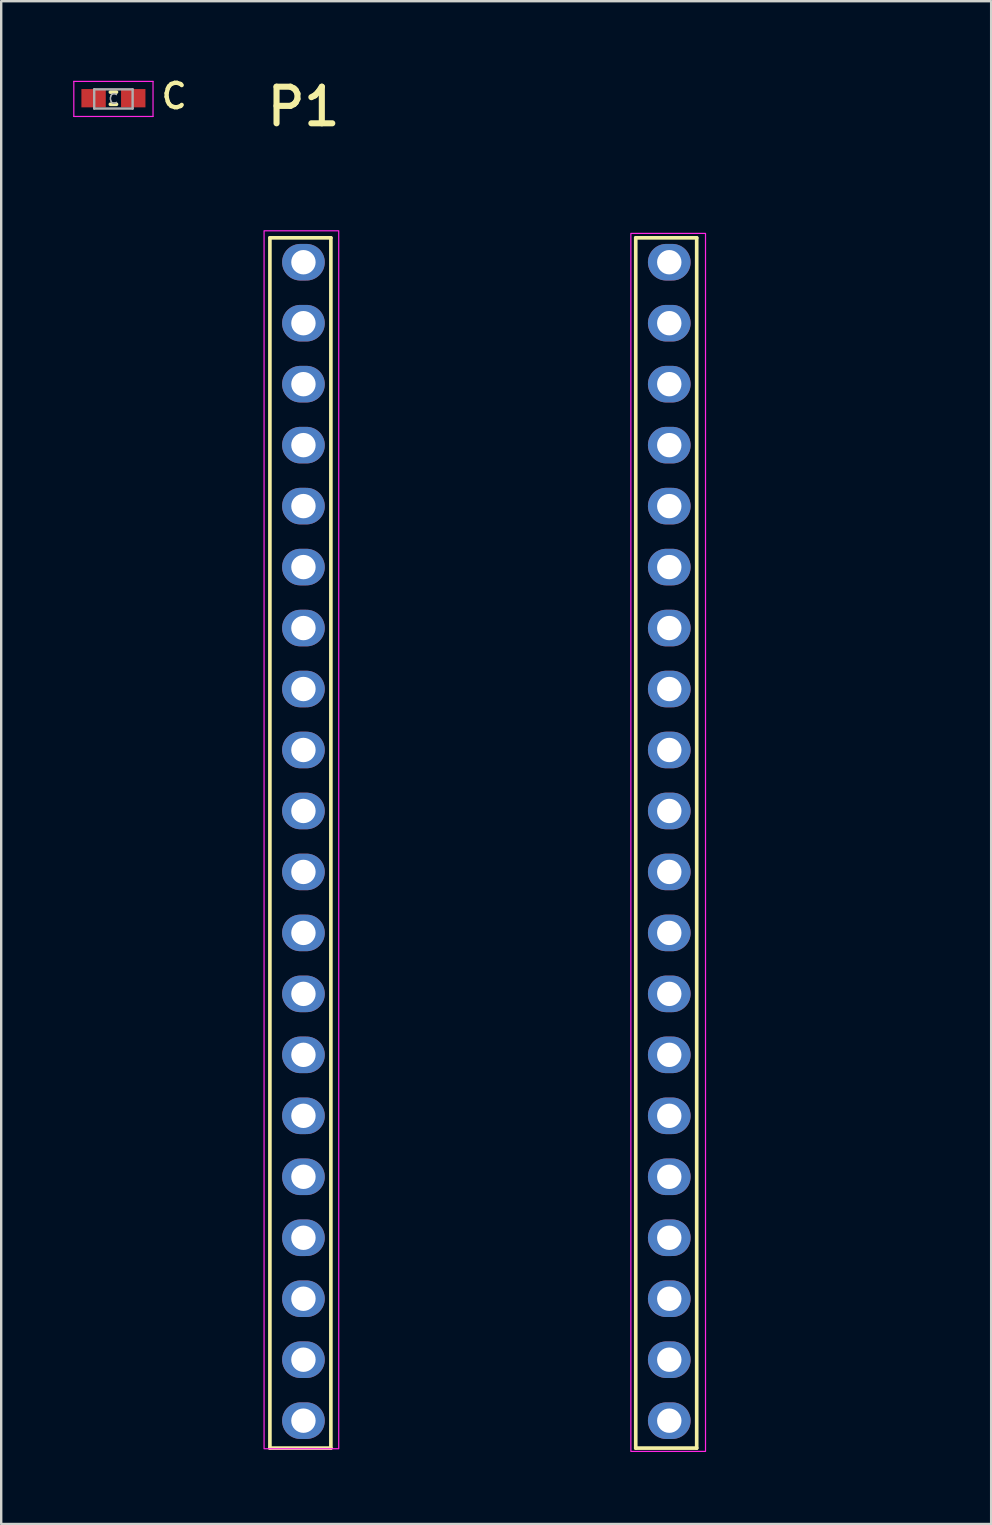
<source format=kicad_pcb>
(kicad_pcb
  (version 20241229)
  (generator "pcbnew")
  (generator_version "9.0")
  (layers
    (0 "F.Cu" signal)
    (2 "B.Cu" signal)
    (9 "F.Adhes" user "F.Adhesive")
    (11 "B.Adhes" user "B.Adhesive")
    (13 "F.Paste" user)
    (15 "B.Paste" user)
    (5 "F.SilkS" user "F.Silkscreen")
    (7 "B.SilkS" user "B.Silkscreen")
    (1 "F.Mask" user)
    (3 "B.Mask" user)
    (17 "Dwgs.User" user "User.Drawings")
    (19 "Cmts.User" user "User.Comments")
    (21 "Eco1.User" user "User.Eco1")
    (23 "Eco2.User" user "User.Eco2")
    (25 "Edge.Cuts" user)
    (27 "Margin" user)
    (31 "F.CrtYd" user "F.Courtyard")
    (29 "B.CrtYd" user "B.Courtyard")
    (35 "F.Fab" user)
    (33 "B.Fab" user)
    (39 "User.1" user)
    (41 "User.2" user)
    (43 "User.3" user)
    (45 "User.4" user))
  (footprint "P1"
    (layer "F.Cu")
    (at 34.991 2.794)
    (property "Reference" "P1" (at -27.051 -0.508 0) (unlocked yes) (layer "F.SilkS") (effects (font (size 1.524 1.524) (thickness 0.254)) (justify left bottom)))
    (fp_line (start -26.797 4.064) (end -24.257 4.064) (stroke (width 0.152) (type solid)) (layer "F.SilkS"))
    (fp_line (start -26.797 54.483) (end -26.797 4.064) (stroke (width 0.152) (type solid)) (layer "F.SilkS"))
    (fp_line (start -26.797 54.483) (end -24.257 54.483) (stroke (width 0.152) (type solid)) (layer "F.SilkS"))
    (fp_line (start -24.257 54.483) (end -24.257 4.064) (stroke (width 0.152) (type solid)) (layer "F.SilkS"))
    (fp_line (start -11.557 4.064) (end -9.017 4.064) (stroke (width 0.152) (type solid)) (layer "F.SilkS"))
    (fp_line (start -11.557 54.483) (end -11.557 4.064) (stroke (width 0.152) (type solid)) (layer "F.SilkS"))
    (fp_line (start -11.557 54.483) (end -9.017 54.483) (stroke (width 0.152) (type solid)) (layer "F.SilkS"))
    (fp_line (start -9.017 54.483) (end -9.017 4.064) (stroke (width 0.152) (type solid)) (layer "F.SilkS"))
    (fp_rect (start -27.04 3.77) (end -23.93 54.51) (stroke (width 0.05) (type solid)) (fill no) (layer "F.CrtYd"))
    (fp_rect (start -11.76 3.88) (end -8.65 54.62) (stroke (width 0.05) (type solid)) (fill no) (layer "F.CrtYd"))
    (pad "1" thru_hole oval (at -25.4 5.08) (size 1.778 1.524) (drill 1.016) (layers "*.Cu" "*.Mask"))
    (pad "2" thru_hole oval (at -25.4 7.62) (size 1.778 1.524) (drill 1.016) (layers "*.Cu" "*.Mask"))
    (pad "3" thru_hole oval (at -25.4 10.16) (size 1.778 1.524) (drill 1.016) (layers "*.Cu" "*.Mask"))
    (pad "4" thru_hole oval (at -25.4 12.7) (size 1.778 1.524) (drill 1.016) (layers "*.Cu" "*.Mask"))
    (pad "5" thru_hole oval (at -25.4 15.24) (size 1.778 1.524) (drill 1.016) (layers "*.Cu" "*.Mask"))
    (pad "6" thru_hole oval (at -25.4 17.78) (size 1.778 1.524) (drill 1.016) (layers "*.Cu" "*.Mask"))
    (pad "7" thru_hole oval (at -25.4 20.32) (size 1.778 1.524) (drill 1.016) (layers "*.Cu" "*.Mask"))
    (pad "8" thru_hole oval (at -25.4 22.86) (size 1.778 1.524) (drill 1.016) (layers "*.Cu" "*.Mask"))
    (pad "9" thru_hole oval (at -25.4 25.4) (size 1.778 1.524) (drill 1.016) (layers "*.Cu" "*.Mask"))
    (pad "10" thru_hole oval (at -25.4 27.94) (size 1.778 1.524) (drill 1.016) (layers "*.Cu" "*.Mask"))
    (pad "11" thru_hole oval (at -25.4 30.48) (size 1.778 1.524) (drill 1.016) (layers "*.Cu" "*.Mask"))
    (pad "12" thru_hole oval (at -25.4 33.02) (size 1.778 1.524) (drill 1.016) (layers "*.Cu" "*.Mask"))
    (pad "13" thru_hole oval (at -25.4 35.56) (size 1.778 1.524) (drill 1.016) (layers "*.Cu" "*.Mask"))
    (pad "14" thru_hole oval (at -25.4 38.1) (size 1.778 1.524) (drill 1.016) (layers "*.Cu" "*.Mask"))
    (pad "15" thru_hole oval (at -25.4 40.64) (size 1.778 1.524) (drill 1.016) (layers "*.Cu" "*.Mask"))
    (pad "16" thru_hole oval (at -25.4 43.18) (size 1.778 1.524) (drill 1.016) (layers "*.Cu" "*.Mask"))
    (pad "17" thru_hole oval (at -25.4 45.72) (size 1.778 1.524) (drill 1.016) (layers "*.Cu" "*.Mask"))
    (pad "18" thru_hole oval (at -25.4 48.26) (size 1.778 1.524) (drill 1.016) (layers "*.Cu" "*.Mask"))
    (pad "19" thru_hole oval (at -25.4 50.8) (size 1.778 1.524) (drill 1.016) (layers "*.Cu" "*.Mask"))
    (pad "20" thru_hole oval (at -25.4 53.34) (size 1.778 1.524) (drill 1.016) (layers "*.Cu" "*.Mask"))
    (pad "21" thru_hole oval (at -10.16 53.34) (size 1.778 1.524) (drill 1.016) (layers "*.Cu" "*.Mask"))
    (pad "22" thru_hole oval (at -10.16 50.8) (size 1.778 1.524) (drill 1.016) (layers "*.Cu" "*.Mask"))
    (pad "23" thru_hole oval (at -10.16 48.26) (size 1.778 1.524) (drill 1.016) (layers "*.Cu" "*.Mask"))
    (pad "24" thru_hole oval (at -10.16 45.72) (size 1.778 1.524) (drill 1.016) (layers "*.Cu" "*.Mask"))
    (pad "25" thru_hole oval (at -10.16 43.18) (size 1.778 1.524) (drill 1.016) (layers "*.Cu" "*.Mask"))
    (pad "26" thru_hole oval (at -10.16 40.64) (size 1.778 1.524) (drill 1.016) (layers "*.Cu" "*.Mask"))
    (pad "27" thru_hole oval (at -10.16 38.1) (size 1.778 1.524) (drill 1.016) (layers "*.Cu" "*.Mask"))
    (pad "28" thru_hole oval (at -10.16 35.56) (size 1.778 1.524) (drill 1.016) (layers "*.Cu" "*.Mask"))
    (pad "29" thru_hole oval (at -10.16 33.02) (size 1.778 1.524) (drill 1.016) (layers "*.Cu" "*.Mask"))
    (pad "30" thru_hole oval (at -10.16 30.48) (size 1.778 1.524) (drill 1.016) (layers "*.Cu" "*.Mask"))
    (pad "31" thru_hole oval (at -10.16 27.94) (size 1.778 1.524) (drill 1.016) (layers "*.Cu" "*.Mask"))
    (pad "32" thru_hole oval (at -10.16 25.4) (size 1.778 1.524) (drill 1.016) (layers "*.Cu" "*.Mask"))
    (pad "33" thru_hole oval (at -10.16 22.86) (size 1.778 1.524) (drill 1.016) (layers "*.Cu" "*.Mask"))
    (pad "34" thru_hole oval (at -10.16 20.32) (size 1.778 1.524) (drill 1.016) (layers "*.Cu" "*.Mask"))
    (pad "35" thru_hole oval (at -10.16 17.78) (size 1.778 1.524) (drill 1.016) (layers "*.Cu" "*.Mask"))
    (pad "36" thru_hole oval (at -10.16 15.24) (size 1.778 1.524) (drill 1.016) (layers "*.Cu" "*.Mask"))
    (pad "37" thru_hole oval (at -10.16 12.7) (size 1.778 1.524) (drill 1.016) (layers "*.Cu" "*.Mask"))
    (pad "38" thru_hole oval (at -10.16 10.16) (size 1.778 1.524) (drill 1.016) (layers "*.Cu" "*.Mask"))
    (pad "39" thru_hole oval (at -10.16 7.62) (size 1.778 1.524) (drill 1.016) (layers "*.Cu" "*.Mask"))
    (pad "40" thru_hole oval (at -10.16 5.08) (size 1.778 1.524) (drill 1.016) (layers "*.Cu" "*.Mask")))
  (footprint "C"
    (layer "F.Cu")
    (at 1.675 1.041)
    (property "Reference" "C" (at 1.905 0.508 0) (unlocked yes) (layer "F.SilkS") (effects (font (size 1.016 1.016) (thickness 0.178)) (justify left bottom)))
    (attr through_hole)
    (fp_line (start -0.127 -0.254) (end 0.127 -0.254) (stroke (width 0.152) (type solid)) (layer "F.SilkS"))
    (fp_line (start -0.127 0.254) (end 0.127 0.254) (stroke (width 0.152) (type solid)) (layer "F.SilkS"))
    (fp_line (start -1.65 -0.7) (end 1.65 -0.7) (stroke (width 0.05) (type solid)) (layer "F.CrtYd"))
    (fp_line (start -1.65 0.76) (end -1.65 -0.7) (stroke (width 0.05) (type solid)) (layer "F.CrtYd"))
    (fp_line (start 1.65 -0.7) (end 1.65 0.76) (stroke (width 0.05) (type solid)) (layer "F.CrtYd"))
    (fp_line (start 1.65 0.76) (end -1.65 0.76) (stroke (width 0.05) (type solid)) (layer "F.CrtYd"))
    (fp_line (start -0.8 -0.37) (end 0.8 -0.37) (stroke (width 0.1) (type solid)) (layer "F.Fab"))
    (fp_line (start -0.8 0.43) (end -0.8 -0.37) (stroke (width 0.1) (type solid)) (layer "F.Fab"))
    (fp_line (start 0.8 -0.37) (end 0.8 0.43) (stroke (width 0.1) (type solid)) (layer "F.Fab"))
    (fp_line (start 0.8 0.43) (end -0.8 0.43) (stroke (width 0.1) (type solid)) (layer "F.Fab"))
    (fp_text user "${REFERENCE}" (at 0 0.03 0) (layer "F.Fab") (effects (font (size 0.4 0.4) (thickness 0.06))))
    (pad "1" smd rect (at -0.826 0) (size 1.016 0.762) (layers "F.Cu" "F.Mask" "F.Paste"))
    (pad "2" smd rect (at 0.826 0) (size 1.016 0.762) (layers "F.Cu" "F.Mask" "F.Paste")))
  (gr_rect
    (start -3 -3)
    (end 38.241 60.439)
    (stroke (width 0.1) (type default))
    (fill no)
    (layer "Edge.Cuts")))
</source>
